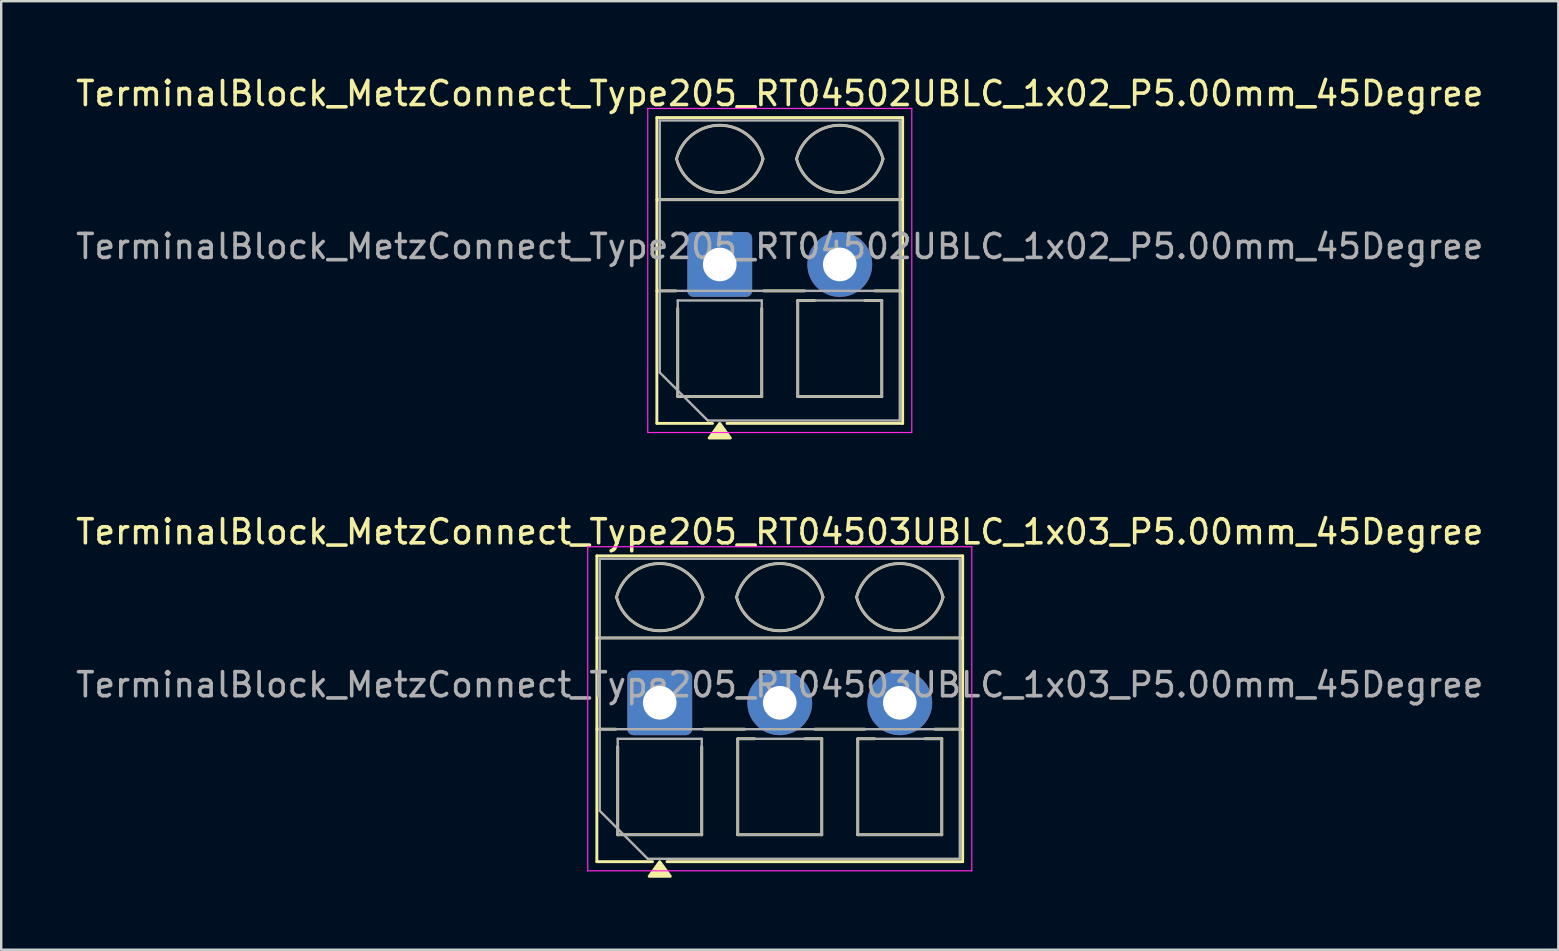
<source format=kicad_pcb>
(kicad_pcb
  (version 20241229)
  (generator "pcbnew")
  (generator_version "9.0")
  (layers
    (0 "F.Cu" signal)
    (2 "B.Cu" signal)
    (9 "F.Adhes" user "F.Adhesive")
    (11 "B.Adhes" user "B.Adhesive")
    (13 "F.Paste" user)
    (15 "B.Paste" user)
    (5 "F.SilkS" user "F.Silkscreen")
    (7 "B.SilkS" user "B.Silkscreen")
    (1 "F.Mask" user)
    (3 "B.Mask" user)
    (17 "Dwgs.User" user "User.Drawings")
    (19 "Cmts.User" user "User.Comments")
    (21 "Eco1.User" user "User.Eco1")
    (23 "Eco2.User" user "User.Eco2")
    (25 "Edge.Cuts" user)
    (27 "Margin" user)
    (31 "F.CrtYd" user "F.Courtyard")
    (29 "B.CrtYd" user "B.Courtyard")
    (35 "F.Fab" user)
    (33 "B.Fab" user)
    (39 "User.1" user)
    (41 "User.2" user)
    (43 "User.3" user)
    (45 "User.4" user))
  (footprint "TerminalBlock_MetzConnect_Type205_RT04502UBLC_1x02_P5.00mm_45Degree"
    (layer "F.Cu")
    (at 26.935 7.968)
    (property "Reference" "TerminalBlock_MetzConnect_Type205_RT04502UBLC_1x02_P5.00mm_45Degree" (at 2.5 -7.12 0) (layer "F.SilkS") (effects (font (size 1 1) (thickness 0.15))))
    (attr through_hole)
    (fp_line (start -2.62 -6.12) (end -2.62 6.62) (stroke (width 0.12) (type solid)) (layer "F.SilkS"))
    (fp_line (start -2.62 -6.12) (end 7.62 -6.12) (stroke (width 0.12) (type solid)) (layer "F.SilkS"))
    (fp_line (start -2.62 -2.7) (end 7.62 -2.7) (stroke (width 0.12) (type solid)) (layer "F.SilkS"))
    (fp_line (start -2.62 1.1) (end -1.83 1.1) (stroke (width 0.12) (type solid)) (layer "F.SilkS"))
    (fp_line (start -2.62 6.62) (end -0.3 6.62) (stroke (width 0.12) (type solid)) (layer "F.SilkS"))
    (fp_line (start -1.75 1.83) (end -1.75 5.5) (stroke (width 0.12) (type solid)) (layer "F.SilkS"))
    (fp_line (start -1.75 5.5) (end 1.75 5.5) (stroke (width 0.12) (type solid)) (layer "F.SilkS"))
    (fp_line (start 0.3 6.62) (end 7.62 6.62) (stroke (width 0.12) (type solid)) (layer "F.SilkS"))
    (fp_line (start 1.75 1.83) (end 1.75 5.5) (stroke (width 0.12) (type solid)) (layer "F.SilkS"))
    (fp_line (start 1.83 1.1) (end 3.538 1.1) (stroke (width 0.12) (type solid)) (layer "F.SilkS"))
    (fp_line (start 3.25 1.5) (end 3.25 5.5) (stroke (width 0.12) (type solid)) (layer "F.SilkS"))
    (fp_line (start 3.25 1.5) (end 3.952 1.5) (stroke (width 0.12) (type solid)) (layer "F.SilkS"))
    (fp_line (start 3.25 5.5) (end 6.75 5.5) (stroke (width 0.12) (type solid)) (layer "F.SilkS"))
    (fp_line (start 6.048 1.5) (end 6.75 1.5) (stroke (width 0.12) (type solid)) (layer "F.SilkS"))
    (fp_line (start 6.462 1.1) (end 7.62 1.1) (stroke (width 0.12) (type solid)) (layer "F.SilkS"))
    (fp_line (start 6.75 1.5) (end 6.75 5.5) (stroke (width 0.12) (type solid)) (layer "F.SilkS"))
    (fp_line (start 7.62 -6.12) (end 7.62 6.62) (stroke (width 0.12) (type solid)) (layer "F.SilkS"))
    (fp_arc (start -1.799967 -4.400128) (mid 0.000066 -5.800108) (end 1.8 -4.4) (stroke (width 0.12) (type solid)) (layer "F.SilkS"))
    (fp_arc (start 1.8 -4.4) (mid 0.000066 -2.999892) (end -1.799967 -4.399872) (stroke (width 0.12) (type solid)) (layer "F.SilkS"))
    (fp_arc (start 3.200033 -4.400128) (mid 5.000066 -5.800108) (end 6.8 -4.4) (stroke (width 0.12) (type solid)) (layer "F.SilkS"))
    (fp_arc (start 6.8 -4.4) (mid 5.000066 -2.999892) (end 3.200033 -4.399872) (stroke (width 0.12) (type solid)) (layer "F.SilkS"))
    (fp_poly (pts (xy 0 6.62) (xy 0.44 7.23) (xy -0.44 7.23)) (stroke (width 0.12) (type solid)) (fill yes) (layer "F.SilkS"))
    (fp_line (start -3 -6.5) (end -3 7) (stroke (width 0.05) (type solid)) (layer "F.CrtYd"))
    (fp_line (start -3 7) (end 8 7) (stroke (width 0.05) (type solid)) (layer "F.CrtYd"))
    (fp_line (start 8 -6.5) (end -3 -6.5) (stroke (width 0.05) (type solid)) (layer "F.CrtYd"))
    (fp_line (start 8 7) (end 8 -6.5) (stroke (width 0.05) (type solid)) (layer "F.CrtYd"))
    (fp_line (start -2.5 -6) (end 7.5 -6) (stroke (width 0.1) (type solid)) (layer "F.Fab"))
    (fp_line (start -2.5 -2.7) (end 7.5 -2.7) (stroke (width 0.1) (type solid)) (layer "F.Fab"))
    (fp_line (start -2.5 1.1) (end 7.5 1.1) (stroke (width 0.1) (type solid)) (layer "F.Fab"))
    (fp_line (start -2.5 4.5) (end -2.5 -6) (stroke (width 0.1) (type solid)) (layer "F.Fab"))
    (fp_line (start -1.75 1.5) (end -1.75 5.5) (stroke (width 0.1) (type solid)) (layer "F.Fab"))
    (fp_line (start -1.75 5.5) (end 1.75 5.5) (stroke (width 0.1) (type solid)) (layer "F.Fab"))
    (fp_line (start -0.5 6.5) (end -2.5 4.5) (stroke (width 0.1) (type solid)) (layer "F.Fab"))
    (fp_line (start 1.75 1.5) (end -1.75 1.5) (stroke (width 0.1) (type solid)) (layer "F.Fab"))
    (fp_line (start 1.75 5.5) (end 1.75 1.5) (stroke (width 0.1) (type solid)) (layer "F.Fab"))
    (fp_line (start 3.25 1.5) (end 3.25 5.5) (stroke (width 0.1) (type solid)) (layer "F.Fab"))
    (fp_line (start 3.25 5.5) (end 6.75 5.5) (stroke (width 0.1) (type solid)) (layer "F.Fab"))
    (fp_line (start 6.75 1.5) (end 3.25 1.5) (stroke (width 0.1) (type solid)) (layer "F.Fab"))
    (fp_line (start 6.75 5.5) (end 6.75 1.5) (stroke (width 0.1) (type solid)) (layer "F.Fab"))
    (fp_line (start 7.5 -6) (end 7.5 6.5) (stroke (width 0.1) (type solid)) (layer "F.Fab"))
    (fp_line (start 7.5 6.5) (end -0.5 6.5) (stroke (width 0.1) (type solid)) (layer "F.Fab"))
    (fp_arc (start -1.800846 -4.400605) (mid 0.000312 -5.801077) (end 1.801 -4.4) (stroke (width 0.1) (type solid)) (layer "F.Fab"))
    (fp_arc (start 1.8 -4.4) (mid -0.000903 -3.000646) (end -1.800445 -4.401751) (stroke (width 0.1) (type solid)) (layer "F.Fab"))
    (fp_arc (start 3.199154 -4.400605) (mid 5.000312 -5.801077) (end 6.801 -4.4) (stroke (width 0.1) (type solid)) (layer "F.Fab"))
    (fp_arc (start 6.8 -4.4) (mid 4.999097 -3.000646) (end 3.199555 -4.401751) (stroke (width 0.1) (type solid)) (layer "F.Fab"))
    (fp_text user "${REFERENCE}" (at 2.5 -0.75 0) (layer "F.Fab") (effects (font (size 1 1) (thickness 0.15))))
    (pad "1" thru_hole roundrect (at 0 0) (size 2.7 2.7) (drill 1.4) (layers "*.Cu" "*.Mask") (roundrect_rratio 0.093))
    (pad "2" thru_hole circle (at 5 0) (size 2.7 2.7) (drill 1.4) (layers "*.Cu" "*.Mask")))
  (footprint "TerminalBlock_MetzConnect_Type205_RT04503UBLC_1x03_P5.00mm_45Degree"
    (layer "F.Cu")
    (at 24.435 26.227)
    (property "Reference" "TerminalBlock_MetzConnect_Type205_RT04503UBLC_1x03_P5.00mm_45Degree" (at 5 -7.12 0) (layer "F.SilkS") (effects (font (size 1 1) (thickness 0.15))))
    (attr through_hole)
    (fp_line (start -2.62 -6.12) (end -2.62 6.62) (stroke (width 0.12) (type solid)) (layer "F.SilkS"))
    (fp_line (start -2.62 -6.12) (end 12.62 -6.12) (stroke (width 0.12) (type solid)) (layer "F.SilkS"))
    (fp_line (start -2.62 -2.7) (end 12.62 -2.7) (stroke (width 0.12) (type solid)) (layer "F.SilkS"))
    (fp_line (start -2.62 1.1) (end -1.83 1.1) (stroke (width 0.12) (type solid)) (layer "F.SilkS"))
    (fp_line (start -2.62 6.62) (end -0.3 6.62) (stroke (width 0.12) (type solid)) (layer "F.SilkS"))
    (fp_line (start -1.75 1.83) (end -1.75 5.5) (stroke (width 0.12) (type solid)) (layer "F.SilkS"))
    (fp_line (start -1.75 5.5) (end 1.75 5.5) (stroke (width 0.12) (type solid)) (layer "F.SilkS"))
    (fp_line (start 0.3 6.62) (end 12.62 6.62) (stroke (width 0.12) (type solid)) (layer "F.SilkS"))
    (fp_line (start 1.75 1.83) (end 1.75 5.5) (stroke (width 0.12) (type solid)) (layer "F.SilkS"))
    (fp_line (start 1.83 1.1) (end 3.538 1.1) (stroke (width 0.12) (type solid)) (layer "F.SilkS"))
    (fp_line (start 3.25 1.5) (end 3.25 5.5) (stroke (width 0.12) (type solid)) (layer "F.SilkS"))
    (fp_line (start 3.25 1.5) (end 3.952 1.5) (stroke (width 0.12) (type solid)) (layer "F.SilkS"))
    (fp_line (start 3.25 5.5) (end 6.75 5.5) (stroke (width 0.12) (type solid)) (layer "F.SilkS"))
    (fp_line (start 6.048 1.5) (end 6.75 1.5) (stroke (width 0.12) (type solid)) (layer "F.SilkS"))
    (fp_line (start 6.462 1.1) (end 8.538 1.1) (stroke (width 0.12) (type solid)) (layer "F.SilkS"))
    (fp_line (start 6.75 1.5) (end 6.75 5.5) (stroke (width 0.12) (type solid)) (layer "F.SilkS"))
    (fp_line (start 8.25 1.5) (end 8.25 5.5) (stroke (width 0.12) (type solid)) (layer "F.SilkS"))
    (fp_line (start 8.25 1.5) (end 8.952 1.5) (stroke (width 0.12) (type solid)) (layer "F.SilkS"))
    (fp_line (start 8.25 5.5) (end 11.75 5.5) (stroke (width 0.12) (type solid)) (layer "F.SilkS"))
    (fp_line (start 11.048 1.5) (end 11.75 1.5) (stroke (width 0.12) (type solid)) (layer "F.SilkS"))
    (fp_line (start 11.462 1.1) (end 12.62 1.1) (stroke (width 0.12) (type solid)) (layer "F.SilkS"))
    (fp_line (start 11.75 1.5) (end 11.75 5.5) (stroke (width 0.12) (type solid)) (layer "F.SilkS"))
    (fp_line (start 12.62 -6.12) (end 12.62 6.62) (stroke (width 0.12) (type solid)) (layer "F.SilkS"))
    (fp_arc (start -1.799967 -4.400128) (mid 0.000066 -5.800108) (end 1.8 -4.4) (stroke (width 0.12) (type solid)) (layer "F.SilkS"))
    (fp_arc (start 1.8 -4.4) (mid 0.000066 -2.999892) (end -1.799967 -4.399872) (stroke (width 0.12) (type solid)) (layer "F.SilkS"))
    (fp_arc (start 3.200033 -4.400128) (mid 5.000066 -5.800108) (end 6.8 -4.4) (stroke (width 0.12) (type solid)) (layer "F.SilkS"))
    (fp_arc (start 6.8 -4.4) (mid 5.000066 -2.999892) (end 3.200033 -4.399872) (stroke (width 0.12) (type solid)) (layer "F.SilkS"))
    (fp_arc (start 8.200033 -4.400128) (mid 10.000066 -5.800108) (end 11.8 -4.4) (stroke (width 0.12) (type solid)) (layer "F.SilkS"))
    (fp_arc (start 11.8 -4.4) (mid 10.000066 -2.999892) (end 8.200033 -4.399872) (stroke (width 0.12) (type solid)) (layer "F.SilkS"))
    (fp_poly (pts (xy 0 6.62) (xy 0.44 7.23) (xy -0.44 7.23)) (stroke (width 0.12) (type solid)) (fill yes) (layer "F.SilkS"))
    (fp_line (start -3 -6.5) (end -3 7) (stroke (width 0.05) (type solid)) (layer "F.CrtYd"))
    (fp_line (start -3 7) (end 13 7) (stroke (width 0.05) (type solid)) (layer "F.CrtYd"))
    (fp_line (start 13 -6.5) (end -3 -6.5) (stroke (width 0.05) (type solid)) (layer "F.CrtYd"))
    (fp_line (start 13 7) (end 13 -6.5) (stroke (width 0.05) (type solid)) (layer "F.CrtYd"))
    (fp_line (start -2.5 -6) (end 12.5 -6) (stroke (width 0.1) (type solid)) (layer "F.Fab"))
    (fp_line (start -2.5 -2.7) (end 12.5 -2.7) (stroke (width 0.1) (type solid)) (layer "F.Fab"))
    (fp_line (start -2.5 1.1) (end 12.5 1.1) (stroke (width 0.1) (type solid)) (layer "F.Fab"))
    (fp_line (start -2.5 4.5) (end -2.5 -6) (stroke (width 0.1) (type solid)) (layer "F.Fab"))
    (fp_line (start -1.75 1.5) (end -1.75 5.5) (stroke (width 0.1) (type solid)) (layer "F.Fab"))
    (fp_line (start -1.75 5.5) (end 1.75 5.5) (stroke (width 0.1) (type solid)) (layer "F.Fab"))
    (fp_line (start -0.5 6.5) (end -2.5 4.5) (stroke (width 0.1) (type solid)) (layer "F.Fab"))
    (fp_line (start 1.75 1.5) (end -1.75 1.5) (stroke (width 0.1) (type solid)) (layer "F.Fab"))
    (fp_line (start 1.75 5.5) (end 1.75 1.5) (stroke (width 0.1) (type solid)) (layer "F.Fab"))
    (fp_line (start 3.25 1.5) (end 3.25 5.5) (stroke (width 0.1) (type solid)) (layer "F.Fab"))
    (fp_line (start 3.25 5.5) (end 6.75 5.5) (stroke (width 0.1) (type solid)) (layer "F.Fab"))
    (fp_line (start 6.75 1.5) (end 3.25 1.5) (stroke (width 0.1) (type solid)) (layer "F.Fab"))
    (fp_line (start 6.75 5.5) (end 6.75 1.5) (stroke (width 0.1) (type solid)) (layer "F.Fab"))
    (fp_line (start 8.25 1.5) (end 8.25 5.5) (stroke (width 0.1) (type solid)) (layer "F.Fab"))
    (fp_line (start 8.25 5.5) (end 11.75 5.5) (stroke (width 0.1) (type solid)) (layer "F.Fab"))
    (fp_line (start 11.75 1.5) (end 8.25 1.5) (stroke (width 0.1) (type solid)) (layer "F.Fab"))
    (fp_line (start 11.75 5.5) (end 11.75 1.5) (stroke (width 0.1) (type solid)) (layer "F.Fab"))
    (fp_line (start 12.5 -6) (end 12.5 6.5) (stroke (width 0.1) (type solid)) (layer "F.Fab"))
    (fp_line (start 12.5 6.5) (end -0.5 6.5) (stroke (width 0.1) (type solid)) (layer "F.Fab"))
    (fp_arc (start -1.800846 -4.400605) (mid 0.000312 -5.801077) (end 1.801 -4.4) (stroke (width 0.1) (type solid)) (layer "F.Fab"))
    (fp_arc (start 1.8 -4.4) (mid -0.000903 -3.000646) (end -1.800445 -4.401751) (stroke (width 0.1) (type solid)) (layer "F.Fab"))
    (fp_arc (start 3.199154 -4.400605) (mid 5.000312 -5.801077) (end 6.801 -4.4) (stroke (width 0.1) (type solid)) (layer "F.Fab"))
    (fp_arc (start 6.8 -4.4) (mid 4.999097 -3.000646) (end 3.199555 -4.401751) (stroke (width 0.1) (type solid)) (layer "F.Fab"))
    (fp_arc (start 8.199154 -4.400605) (mid 10.000312 -5.801077) (end 11.801 -4.4) (stroke (width 0.1) (type solid)) (layer "F.Fab"))
    (fp_arc (start 11.8 -4.4) (mid 9.999097 -3.000646) (end 8.199555 -4.401751) (stroke (width 0.1) (type solid)) (layer "F.Fab"))
    (fp_text user "${REFERENCE}" (at 5 -0.75 0) (layer "F.Fab") (effects (font (size 1 1) (thickness 0.15))))
    (pad "1" thru_hole roundrect (at 0 0) (size 2.7 2.7) (drill 1.4) (layers "*.Cu" "*.Mask") (roundrect_rratio 0.093))
    (pad "2" thru_hole circle (at 5 0) (size 2.7 2.7) (drill 1.4) (layers "*.Cu" "*.Mask"))
    (pad "3" thru_hole circle (at 10 0) (size 2.7 2.7) (drill 1.4) (layers "*.Cu" "*.Mask")))
  (gr_rect
    (start -3 -3)
    (end 61.869 36.517)
    (stroke (width 0.1) (type default))
    (fill no)
    (layer "Edge.Cuts")))
</source>
